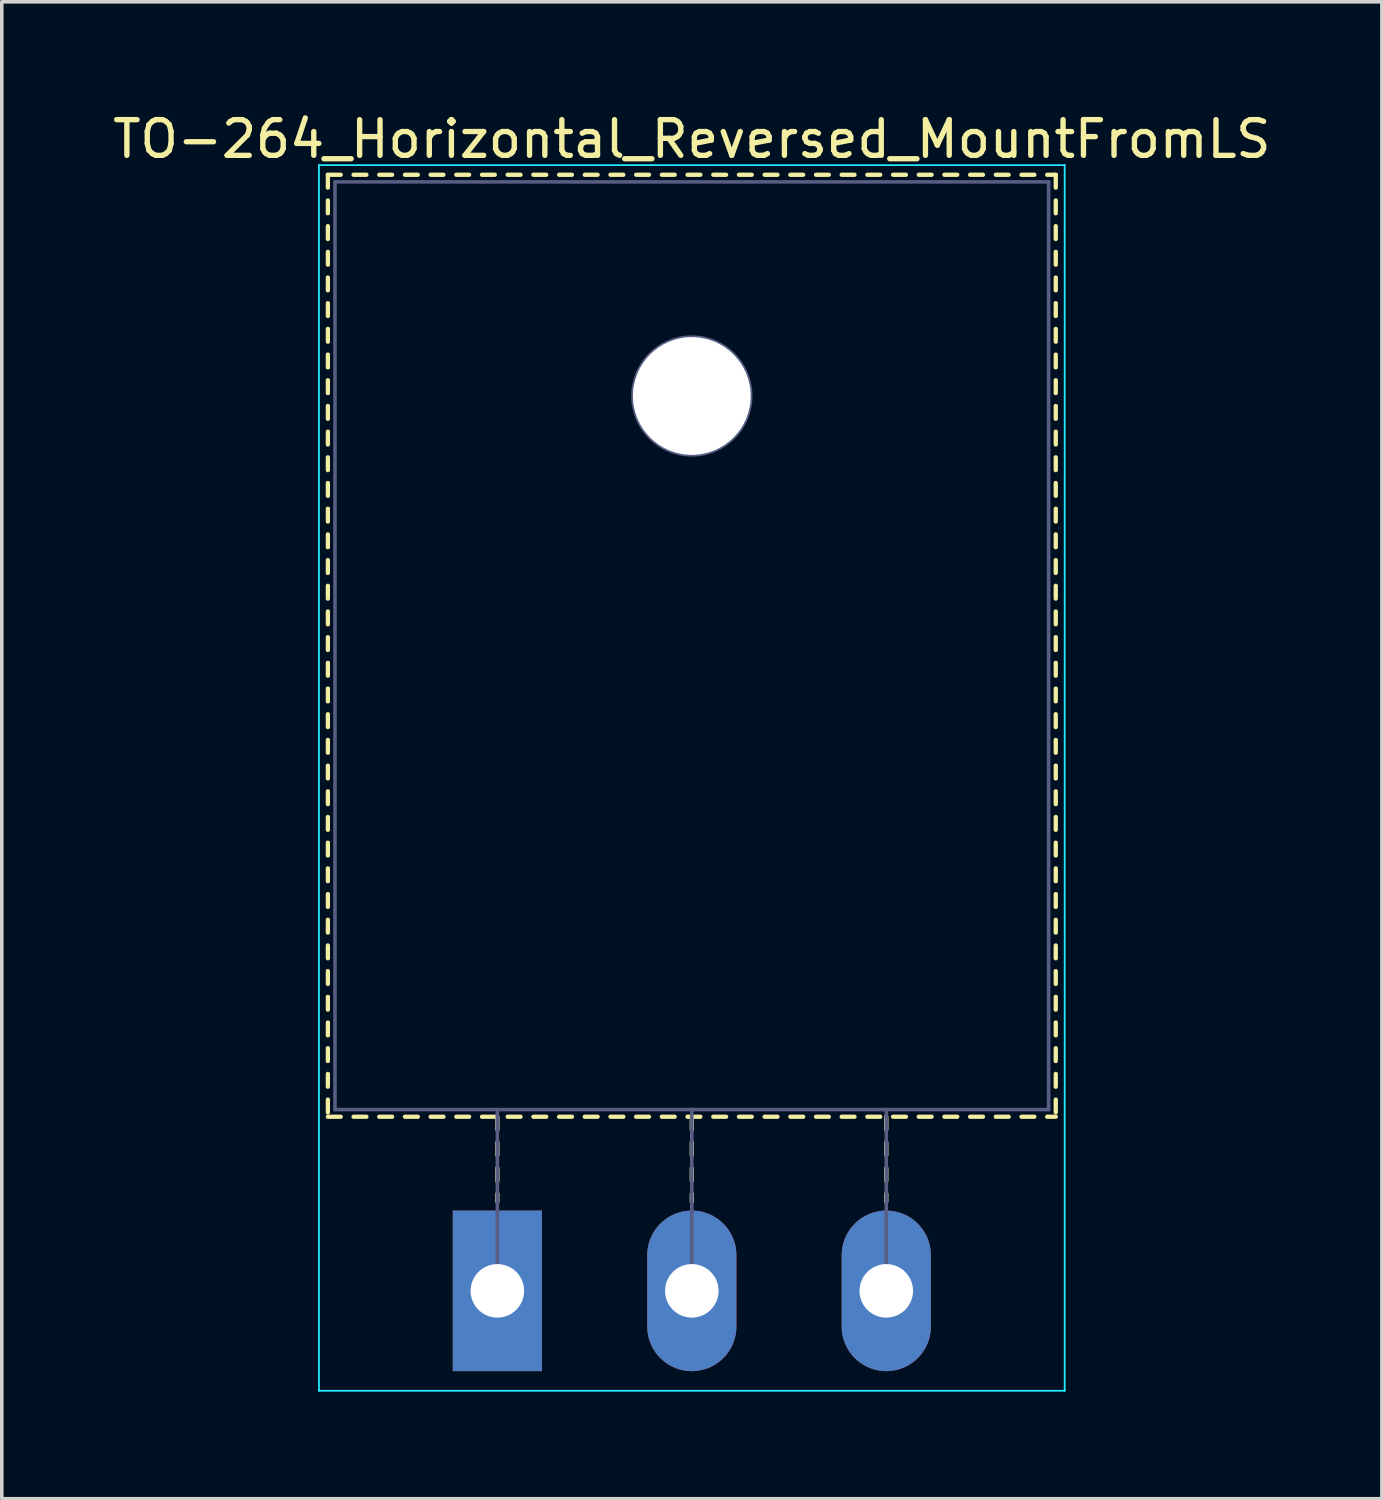
<source format=kicad_pcb>
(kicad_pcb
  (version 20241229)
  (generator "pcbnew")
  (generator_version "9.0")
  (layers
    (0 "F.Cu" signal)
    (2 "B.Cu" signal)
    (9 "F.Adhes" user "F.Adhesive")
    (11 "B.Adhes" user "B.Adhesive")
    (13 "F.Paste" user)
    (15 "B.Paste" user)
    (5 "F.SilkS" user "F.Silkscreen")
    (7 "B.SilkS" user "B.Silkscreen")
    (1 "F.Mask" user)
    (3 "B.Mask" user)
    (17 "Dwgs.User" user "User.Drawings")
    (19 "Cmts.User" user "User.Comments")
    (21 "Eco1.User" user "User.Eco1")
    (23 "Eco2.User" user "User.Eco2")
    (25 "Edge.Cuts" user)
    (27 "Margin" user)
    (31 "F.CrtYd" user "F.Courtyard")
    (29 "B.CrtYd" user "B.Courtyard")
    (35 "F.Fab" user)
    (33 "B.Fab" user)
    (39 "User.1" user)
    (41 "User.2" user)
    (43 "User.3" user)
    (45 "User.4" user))
  (footprint "TO-264_Horizontal_Reversed_MountFromLS"
    (layer "F.Cu")
    (at 10.889 33.128)
    (property "Reference" "TO-264_Horizontal_Reversed_MountFromLS" (at 5.45 -32.28 0) (layer "F.SilkS") (effects (font (size 1 1) (thickness 0.15))))
    (attr through_hole)
    (fp_line (start -4.75 -31.28) (end -4.75 -30.92) (stroke (width 0.12) (type solid)) (layer "F.SilkS"))
    (fp_line (start -4.75 -31.28) (end -4.39 -31.28) (stroke (width 0.12) (type solid)) (layer "F.SilkS"))
    (fp_line (start -4.75 -30.56) (end -4.75 -30.2) (stroke (width 0.12) (type solid)) (layer "F.SilkS"))
    (fp_line (start -4.75 -29.84) (end -4.75 -29.48) (stroke (width 0.12) (type solid)) (layer "F.SilkS"))
    (fp_line (start -4.75 -29.12) (end -4.75 -28.76) (stroke (width 0.12) (type solid)) (layer "F.SilkS"))
    (fp_line (start -4.75 -28.4) (end -4.75 -28.041) (stroke (width 0.12) (type solid)) (layer "F.SilkS"))
    (fp_line (start -4.75 -27.681) (end -4.75 -27.321) (stroke (width 0.12) (type solid)) (layer "F.SilkS"))
    (fp_line (start -4.75 -26.961) (end -4.75 -26.601) (stroke (width 0.12) (type solid)) (layer "F.SilkS"))
    (fp_line (start -4.75 -26.241) (end -4.75 -25.881) (stroke (width 0.12) (type solid)) (layer "F.SilkS"))
    (fp_line (start -4.75 -25.521) (end -4.75 -25.161) (stroke (width 0.12) (type solid)) (layer "F.SilkS"))
    (fp_line (start -4.75 -24.801) (end -4.75 -24.441) (stroke (width 0.12) (type solid)) (layer "F.SilkS"))
    (fp_line (start -4.75 -24.081) (end -4.75 -23.721) (stroke (width 0.12) (type solid)) (layer "F.SilkS"))
    (fp_line (start -4.75 -23.361) (end -4.75 -23.001) (stroke (width 0.12) (type solid)) (layer "F.SilkS"))
    (fp_line (start -4.75 -22.641) (end -4.75 -22.281) (stroke (width 0.12) (type solid)) (layer "F.SilkS"))
    (fp_line (start -4.75 -21.921) (end -4.75 -21.561) (stroke (width 0.12) (type solid)) (layer "F.SilkS"))
    (fp_line (start -4.75 -21.201) (end -4.75 -20.841) (stroke (width 0.12) (type solid)) (layer "F.SilkS"))
    (fp_line (start -4.75 -20.481) (end -4.75 -20.121) (stroke (width 0.12) (type solid)) (layer "F.SilkS"))
    (fp_line (start -4.75 -19.761) (end -4.75 -19.401) (stroke (width 0.12) (type solid)) (layer "F.SilkS"))
    (fp_line (start -4.75 -19.041) (end -4.75 -18.681) (stroke (width 0.12) (type solid)) (layer "F.SilkS"))
    (fp_line (start -4.75 -18.321) (end -4.75 -17.961) (stroke (width 0.12) (type solid)) (layer "F.SilkS"))
    (fp_line (start -4.75 -17.601) (end -4.75 -17.241) (stroke (width 0.12) (type solid)) (layer "F.SilkS"))
    (fp_line (start -4.75 -16.881) (end -4.75 -16.521) (stroke (width 0.12) (type solid)) (layer "F.SilkS"))
    (fp_line (start -4.75 -16.161) (end -4.75 -15.801) (stroke (width 0.12) (type solid)) (layer "F.SilkS"))
    (fp_line (start -4.75 -15.441) (end -4.75 -15.081) (stroke (width 0.12) (type solid)) (layer "F.SilkS"))
    (fp_line (start -4.75 -14.721) (end -4.75 -14.361) (stroke (width 0.12) (type solid)) (layer "F.SilkS"))
    (fp_line (start -4.75 -14.001) (end -4.75 -13.641) (stroke (width 0.12) (type solid)) (layer "F.SilkS"))
    (fp_line (start -4.75 -13.281) (end -4.75 -12.921) (stroke (width 0.12) (type solid)) (layer "F.SilkS"))
    (fp_line (start -4.75 -12.561) (end -4.75 -12.201) (stroke (width 0.12) (type solid)) (layer "F.SilkS"))
    (fp_line (start -4.75 -11.841) (end -4.75 -11.481) (stroke (width 0.12) (type solid)) (layer "F.SilkS"))
    (fp_line (start -4.75 -11.121) (end -4.75 -10.761) (stroke (width 0.12) (type solid)) (layer "F.SilkS"))
    (fp_line (start -4.75 -10.401) (end -4.75 -10.041) (stroke (width 0.12) (type solid)) (layer "F.SilkS"))
    (fp_line (start -4.75 -9.681) (end -4.75 -9.321) (stroke (width 0.12) (type solid)) (layer "F.SilkS"))
    (fp_line (start -4.75 -8.961) (end -4.75 -8.601) (stroke (width 0.12) (type solid)) (layer "F.SilkS"))
    (fp_line (start -4.75 -8.241) (end -4.75 -7.881) (stroke (width 0.12) (type solid)) (layer "F.SilkS"))
    (fp_line (start -4.75 -7.521) (end -4.75 -7.161) (stroke (width 0.12) (type solid)) (layer "F.SilkS"))
    (fp_line (start -4.75 -6.801) (end -4.75 -6.441) (stroke (width 0.12) (type solid)) (layer "F.SilkS"))
    (fp_line (start -4.75 -6.081) (end -4.75 -5.721) (stroke (width 0.12) (type solid)) (layer "F.SilkS"))
    (fp_line (start -4.75 -5.361) (end -4.75 -5.001) (stroke (width 0.12) (type solid)) (layer "F.SilkS"))
    (fp_line (start -4.75 -4.88) (end -4.39 -4.88) (stroke (width 0.12) (type solid)) (layer "F.SilkS"))
    (fp_line (start -4.03 -31.28) (end -3.67 -31.28) (stroke (width 0.12) (type solid)) (layer "F.SilkS"))
    (fp_line (start -4.03 -4.88) (end -3.67 -4.88) (stroke (width 0.12) (type solid)) (layer "F.SilkS"))
    (fp_line (start -3.31 -31.28) (end -2.95 -31.28) (stroke (width 0.12) (type solid)) (layer "F.SilkS"))
    (fp_line (start -3.31 -4.88) (end -2.95 -4.88) (stroke (width 0.12) (type solid)) (layer "F.SilkS"))
    (fp_line (start -2.59 -31.28) (end -2.23 -31.28) (stroke (width 0.12) (type solid)) (layer "F.SilkS"))
    (fp_line (start -2.59 -4.88) (end -2.23 -4.88) (stroke (width 0.12) (type solid)) (layer "F.SilkS"))
    (fp_line (start -1.87 -31.28) (end -1.511 -31.28) (stroke (width 0.12) (type solid)) (layer "F.SilkS"))
    (fp_line (start -1.87 -4.88) (end -1.511 -4.88) (stroke (width 0.12) (type solid)) (layer "F.SilkS"))
    (fp_line (start -1.151 -31.28) (end -0.791 -31.28) (stroke (width 0.12) (type solid)) (layer "F.SilkS"))
    (fp_line (start -1.151 -4.88) (end -0.791 -4.88) (stroke (width 0.12) (type solid)) (layer "F.SilkS"))
    (fp_line (start -0.431 -31.28) (end -0.071 -31.28) (stroke (width 0.12) (type solid)) (layer "F.SilkS"))
    (fp_line (start -0.431 -4.88) (end -0.071 -4.88) (stroke (width 0.12) (type solid)) (layer "F.SilkS"))
    (fp_line (start 0 -4.88) (end 0 -4.52) (stroke (width 0.12) (type solid)) (layer "F.SilkS"))
    (fp_line (start 0 -4.16) (end 0 -3.8) (stroke (width 0.12) (type solid)) (layer "F.SilkS"))
    (fp_line (start 0 -3.44) (end 0 -3.08) (stroke (width 0.12) (type solid)) (layer "F.SilkS"))
    (fp_line (start 0 -2.72) (end 0 -2.5) (stroke (width 0.12) (type solid)) (layer "F.SilkS"))
    (fp_line (start 0.29 -31.28) (end 0.65 -31.28) (stroke (width 0.12) (type solid)) (layer "F.SilkS"))
    (fp_line (start 0.29 -4.88) (end 0.65 -4.88) (stroke (width 0.12) (type solid)) (layer "F.SilkS"))
    (fp_line (start 1.01 -31.28) (end 1.37 -31.28) (stroke (width 0.12) (type solid)) (layer "F.SilkS"))
    (fp_line (start 1.01 -4.88) (end 1.37 -4.88) (stroke (width 0.12) (type solid)) (layer "F.SilkS"))
    (fp_line (start 1.73 -31.28) (end 2.09 -31.28) (stroke (width 0.12) (type solid)) (layer "F.SilkS"))
    (fp_line (start 1.73 -4.88) (end 2.09 -4.88) (stroke (width 0.12) (type solid)) (layer "F.SilkS"))
    (fp_line (start 2.45 -31.28) (end 2.81 -31.28) (stroke (width 0.12) (type solid)) (layer "F.SilkS"))
    (fp_line (start 2.45 -4.88) (end 2.81 -4.88) (stroke (width 0.12) (type solid)) (layer "F.SilkS"))
    (fp_line (start 3.17 -31.28) (end 3.53 -31.28) (stroke (width 0.12) (type solid)) (layer "F.SilkS"))
    (fp_line (start 3.17 -4.88) (end 3.53 -4.88) (stroke (width 0.12) (type solid)) (layer "F.SilkS"))
    (fp_line (start 3.89 -31.28) (end 4.25 -31.28) (stroke (width 0.12) (type solid)) (layer "F.SilkS"))
    (fp_line (start 3.89 -4.88) (end 4.25 -4.88) (stroke (width 0.12) (type solid)) (layer "F.SilkS"))
    (fp_line (start 4.61 -31.28) (end 4.97 -31.28) (stroke (width 0.12) (type solid)) (layer "F.SilkS"))
    (fp_line (start 4.61 -4.88) (end 4.97 -4.88) (stroke (width 0.12) (type solid)) (layer "F.SilkS"))
    (fp_line (start 5.33 -31.28) (end 5.69 -31.28) (stroke (width 0.12) (type solid)) (layer "F.SilkS"))
    (fp_line (start 5.33 -4.88) (end 5.69 -4.88) (stroke (width 0.12) (type solid)) (layer "F.SilkS"))
    (fp_line (start 5.45 -4.88) (end 5.45 -4.52) (stroke (width 0.12) (type solid)) (layer "F.SilkS"))
    (fp_line (start 5.45 -4.16) (end 5.45 -3.8) (stroke (width 0.12) (type solid)) (layer "F.SilkS"))
    (fp_line (start 5.45 -3.44) (end 5.45 -3.08) (stroke (width 0.12) (type solid)) (layer "F.SilkS"))
    (fp_line (start 5.45 -2.72) (end 5.45 -2.5) (stroke (width 0.12) (type solid)) (layer "F.SilkS"))
    (fp_line (start 6.051 -31.28) (end 6.411 -31.28) (stroke (width 0.12) (type solid)) (layer "F.SilkS"))
    (fp_line (start 6.051 -4.88) (end 6.411 -4.88) (stroke (width 0.12) (type solid)) (layer "F.SilkS"))
    (fp_line (start 6.771 -31.28) (end 7.131 -31.28) (stroke (width 0.12) (type solid)) (layer "F.SilkS"))
    (fp_line (start 6.771 -4.88) (end 7.131 -4.88) (stroke (width 0.12) (type solid)) (layer "F.SilkS"))
    (fp_line (start 7.491 -31.28) (end 7.851 -31.28) (stroke (width 0.12) (type solid)) (layer "F.SilkS"))
    (fp_line (start 7.491 -4.88) (end 7.851 -4.88) (stroke (width 0.12) (type solid)) (layer "F.SilkS"))
    (fp_line (start 8.211 -31.28) (end 8.571 -31.28) (stroke (width 0.12) (type solid)) (layer "F.SilkS"))
    (fp_line (start 8.211 -4.88) (end 8.571 -4.88) (stroke (width 0.12) (type solid)) (layer "F.SilkS"))
    (fp_line (start 8.931 -31.28) (end 9.29 -31.28) (stroke (width 0.12) (type solid)) (layer "F.SilkS"))
    (fp_line (start 8.931 -4.88) (end 9.29 -4.88) (stroke (width 0.12) (type solid)) (layer "F.SilkS"))
    (fp_line (start 9.65 -31.28) (end 10.01 -31.28) (stroke (width 0.12) (type solid)) (layer "F.SilkS"))
    (fp_line (start 9.65 -4.88) (end 10.01 -4.88) (stroke (width 0.12) (type solid)) (layer "F.SilkS"))
    (fp_line (start 10.37 -31.28) (end 10.73 -31.28) (stroke (width 0.12) (type solid)) (layer "F.SilkS"))
    (fp_line (start 10.37 -4.88) (end 10.73 -4.88) (stroke (width 0.12) (type solid)) (layer "F.SilkS"))
    (fp_line (start 10.9 -4.88) (end 10.9 -4.52) (stroke (width 0.12) (type solid)) (layer "F.SilkS"))
    (fp_line (start 10.9 -4.16) (end 10.9 -3.8) (stroke (width 0.12) (type solid)) (layer "F.SilkS"))
    (fp_line (start 10.9 -3.44) (end 10.9 -3.08) (stroke (width 0.12) (type solid)) (layer "F.SilkS"))
    (fp_line (start 10.9 -2.72) (end 10.9 -2.5) (stroke (width 0.12) (type solid)) (layer "F.SilkS"))
    (fp_line (start 11.09 -31.28) (end 11.45 -31.28) (stroke (width 0.12) (type solid)) (layer "F.SilkS"))
    (fp_line (start 11.09 -4.88) (end 11.45 -4.88) (stroke (width 0.12) (type solid)) (layer "F.SilkS"))
    (fp_line (start 11.81 -31.28) (end 12.17 -31.28) (stroke (width 0.12) (type solid)) (layer "F.SilkS"))
    (fp_line (start 11.81 -4.88) (end 12.17 -4.88) (stroke (width 0.12) (type solid)) (layer "F.SilkS"))
    (fp_line (start 12.53 -31.28) (end 12.89 -31.28) (stroke (width 0.12) (type solid)) (layer "F.SilkS"))
    (fp_line (start 12.53 -4.88) (end 12.89 -4.88) (stroke (width 0.12) (type solid)) (layer "F.SilkS"))
    (fp_line (start 13.25 -31.28) (end 13.61 -31.28) (stroke (width 0.12) (type solid)) (layer "F.SilkS"))
    (fp_line (start 13.25 -4.88) (end 13.61 -4.88) (stroke (width 0.12) (type solid)) (layer "F.SilkS"))
    (fp_line (start 13.97 -31.28) (end 14.33 -31.28) (stroke (width 0.12) (type solid)) (layer "F.SilkS"))
    (fp_line (start 13.97 -4.88) (end 14.33 -4.88) (stroke (width 0.12) (type solid)) (layer "F.SilkS"))
    (fp_line (start 14.69 -31.28) (end 15.05 -31.28) (stroke (width 0.12) (type solid)) (layer "F.SilkS"))
    (fp_line (start 14.69 -4.88) (end 15.05 -4.88) (stroke (width 0.12) (type solid)) (layer "F.SilkS"))
    (fp_line (start 15.41 -31.28) (end 15.65 -31.28) (stroke (width 0.12) (type solid)) (layer "F.SilkS"))
    (fp_line (start 15.41 -4.88) (end 15.65 -4.88) (stroke (width 0.12) (type solid)) (layer "F.SilkS"))
    (fp_line (start 15.65 -31.28) (end 15.65 -30.92) (stroke (width 0.12) (type solid)) (layer "F.SilkS"))
    (fp_line (start 15.65 -30.56) (end 15.65 -30.2) (stroke (width 0.12) (type solid)) (layer "F.SilkS"))
    (fp_line (start 15.65 -29.84) (end 15.65 -29.48) (stroke (width 0.12) (type solid)) (layer "F.SilkS"))
    (fp_line (start 15.65 -29.12) (end 15.65 -28.76) (stroke (width 0.12) (type solid)) (layer "F.SilkS"))
    (fp_line (start 15.65 -28.4) (end 15.65 -28.041) (stroke (width 0.12) (type solid)) (layer "F.SilkS"))
    (fp_line (start 15.65 -27.681) (end 15.65 -27.321) (stroke (width 0.12) (type solid)) (layer "F.SilkS"))
    (fp_line (start 15.65 -26.961) (end 15.65 -26.601) (stroke (width 0.12) (type solid)) (layer "F.SilkS"))
    (fp_line (start 15.65 -26.241) (end 15.65 -25.881) (stroke (width 0.12) (type solid)) (layer "F.SilkS"))
    (fp_line (start 15.65 -25.521) (end 15.65 -25.161) (stroke (width 0.12) (type solid)) (layer "F.SilkS"))
    (fp_line (start 15.65 -24.801) (end 15.65 -24.441) (stroke (width 0.12) (type solid)) (layer "F.SilkS"))
    (fp_line (start 15.65 -24.081) (end 15.65 -23.721) (stroke (width 0.12) (type solid)) (layer "F.SilkS"))
    (fp_line (start 15.65 -23.361) (end 15.65 -23.001) (stroke (width 0.12) (type solid)) (layer "F.SilkS"))
    (fp_line (start 15.65 -22.641) (end 15.65 -22.281) (stroke (width 0.12) (type solid)) (layer "F.SilkS"))
    (fp_line (start 15.65 -21.921) (end 15.65 -21.561) (stroke (width 0.12) (type solid)) (layer "F.SilkS"))
    (fp_line (start 15.65 -21.201) (end 15.65 -20.841) (stroke (width 0.12) (type solid)) (layer "F.SilkS"))
    (fp_line (start 15.65 -20.481) (end 15.65 -20.121) (stroke (width 0.12) (type solid)) (layer "F.SilkS"))
    (fp_line (start 15.65 -19.761) (end 15.65 -19.401) (stroke (width 0.12) (type solid)) (layer "F.SilkS"))
    (fp_line (start 15.65 -19.041) (end 15.65 -18.681) (stroke (width 0.12) (type solid)) (layer "F.SilkS"))
    (fp_line (start 15.65 -18.321) (end 15.65 -17.961) (stroke (width 0.12) (type solid)) (layer "F.SilkS"))
    (fp_line (start 15.65 -17.601) (end 15.65 -17.241) (stroke (width 0.12) (type solid)) (layer "F.SilkS"))
    (fp_line (start 15.65 -16.881) (end 15.65 -16.521) (stroke (width 0.12) (type solid)) (layer "F.SilkS"))
    (fp_line (start 15.65 -16.161) (end 15.65 -15.801) (stroke (width 0.12) (type solid)) (layer "F.SilkS"))
    (fp_line (start 15.65 -15.441) (end 15.65 -15.081) (stroke (width 0.12) (type solid)) (layer "F.SilkS"))
    (fp_line (start 15.65 -14.721) (end 15.65 -14.361) (stroke (width 0.12) (type solid)) (layer "F.SilkS"))
    (fp_line (start 15.65 -14.001) (end 15.65 -13.641) (stroke (width 0.12) (type solid)) (layer "F.SilkS"))
    (fp_line (start 15.65 -13.281) (end 15.65 -12.921) (stroke (width 0.12) (type solid)) (layer "F.SilkS"))
    (fp_line (start 15.65 -12.561) (end 15.65 -12.201) (stroke (width 0.12) (type solid)) (layer "F.SilkS"))
    (fp_line (start 15.65 -11.841) (end 15.65 -11.481) (stroke (width 0.12) (type solid)) (layer "F.SilkS"))
    (fp_line (start 15.65 -11.121) (end 15.65 -10.761) (stroke (width 0.12) (type solid)) (layer "F.SilkS"))
    (fp_line (start 15.65 -10.401) (end 15.65 -10.041) (stroke (width 0.12) (type solid)) (layer "F.SilkS"))
    (fp_line (start 15.65 -9.681) (end 15.65 -9.321) (stroke (width 0.12) (type solid)) (layer "F.SilkS"))
    (fp_line (start 15.65 -8.961) (end 15.65 -8.601) (stroke (width 0.12) (type solid)) (layer "F.SilkS"))
    (fp_line (start 15.65 -8.241) (end 15.65 -7.881) (stroke (width 0.12) (type solid)) (layer "F.SilkS"))
    (fp_line (start 15.65 -7.521) (end 15.65 -7.161) (stroke (width 0.12) (type solid)) (layer "F.SilkS"))
    (fp_line (start 15.65 -6.801) (end 15.65 -6.441) (stroke (width 0.12) (type solid)) (layer "F.SilkS"))
    (fp_line (start 15.65 -6.081) (end 15.65 -5.721) (stroke (width 0.12) (type solid)) (layer "F.SilkS"))
    (fp_line (start 15.65 -5.361) (end 15.65 -5.001) (stroke (width 0.12) (type solid)) (layer "F.SilkS"))
    (fp_line (start -5 -31.55) (end -5 2.8) (stroke (width 0.05) (type solid)) (layer "B.CrtYd"))
    (fp_line (start -5 2.8) (end 15.9 2.8) (stroke (width 0.05) (type solid)) (layer "B.CrtYd"))
    (fp_line (start 15.9 -31.55) (end -5 -31.55) (stroke (width 0.05) (type solid)) (layer "B.CrtYd"))
    (fp_line (start 15.9 2.8) (end 15.9 -31.55) (stroke (width 0.05) (type solid)) (layer "B.CrtYd"))
    (fp_line (start -4.55 -31.08) (end 15.45 -31.08) (stroke (width 0.1) (type solid)) (layer "B.Fab"))
    (fp_line (start -4.55 -5.08) (end -4.55 -31.08) (stroke (width 0.1) (type solid)) (layer "B.Fab"))
    (fp_line (start 0 -5.08) (end 0 0) (stroke (width 0.1) (type solid)) (layer "B.Fab"))
    (fp_line (start 5.45 -5.08) (end 5.45 0) (stroke (width 0.1) (type solid)) (layer "B.Fab"))
    (fp_line (start 10.9 -5.08) (end 10.9 0) (stroke (width 0.1) (type solid)) (layer "B.Fab"))
    (fp_line (start 15.45 -31.08) (end 15.45 -5.08) (stroke (width 0.1) (type solid)) (layer "B.Fab"))
    (fp_line (start 15.45 -5.08) (end -4.55 -5.08) (stroke (width 0.1) (type solid)) (layer "B.Fab"))
    (fp_circle (center 5.45 -25.08) (end 7.1 -25.08) (stroke (width 0.1) (type solid)) (fill no) (layer "B.Fab"))
    (pad "" np_thru_hole oval (at 5.45 -25.08) (size 3.3 3.3) (drill 3.3) (layers "*.Cu" "*.Mask"))
    (pad "1" thru_hole rect (at 0 0) (size 2.5 4.5) (drill 1.5) (layers "*.Cu" "*.Mask"))
    (pad "2" thru_hole oval (at 5.45 0) (size 2.5 4.5) (drill 1.5) (layers "*.Cu" "*.Mask"))
    (pad "3" thru_hole oval (at 10.9 0) (size 2.5 4.5) (drill 1.5) (layers "*.Cu" "*.Mask")))
  (gr_rect
    (start -3 -3)
    (end 35.679 38.953)
    (stroke (width 0.1) (type default))
    (fill no)
    (layer "Edge.Cuts")))
</source>
